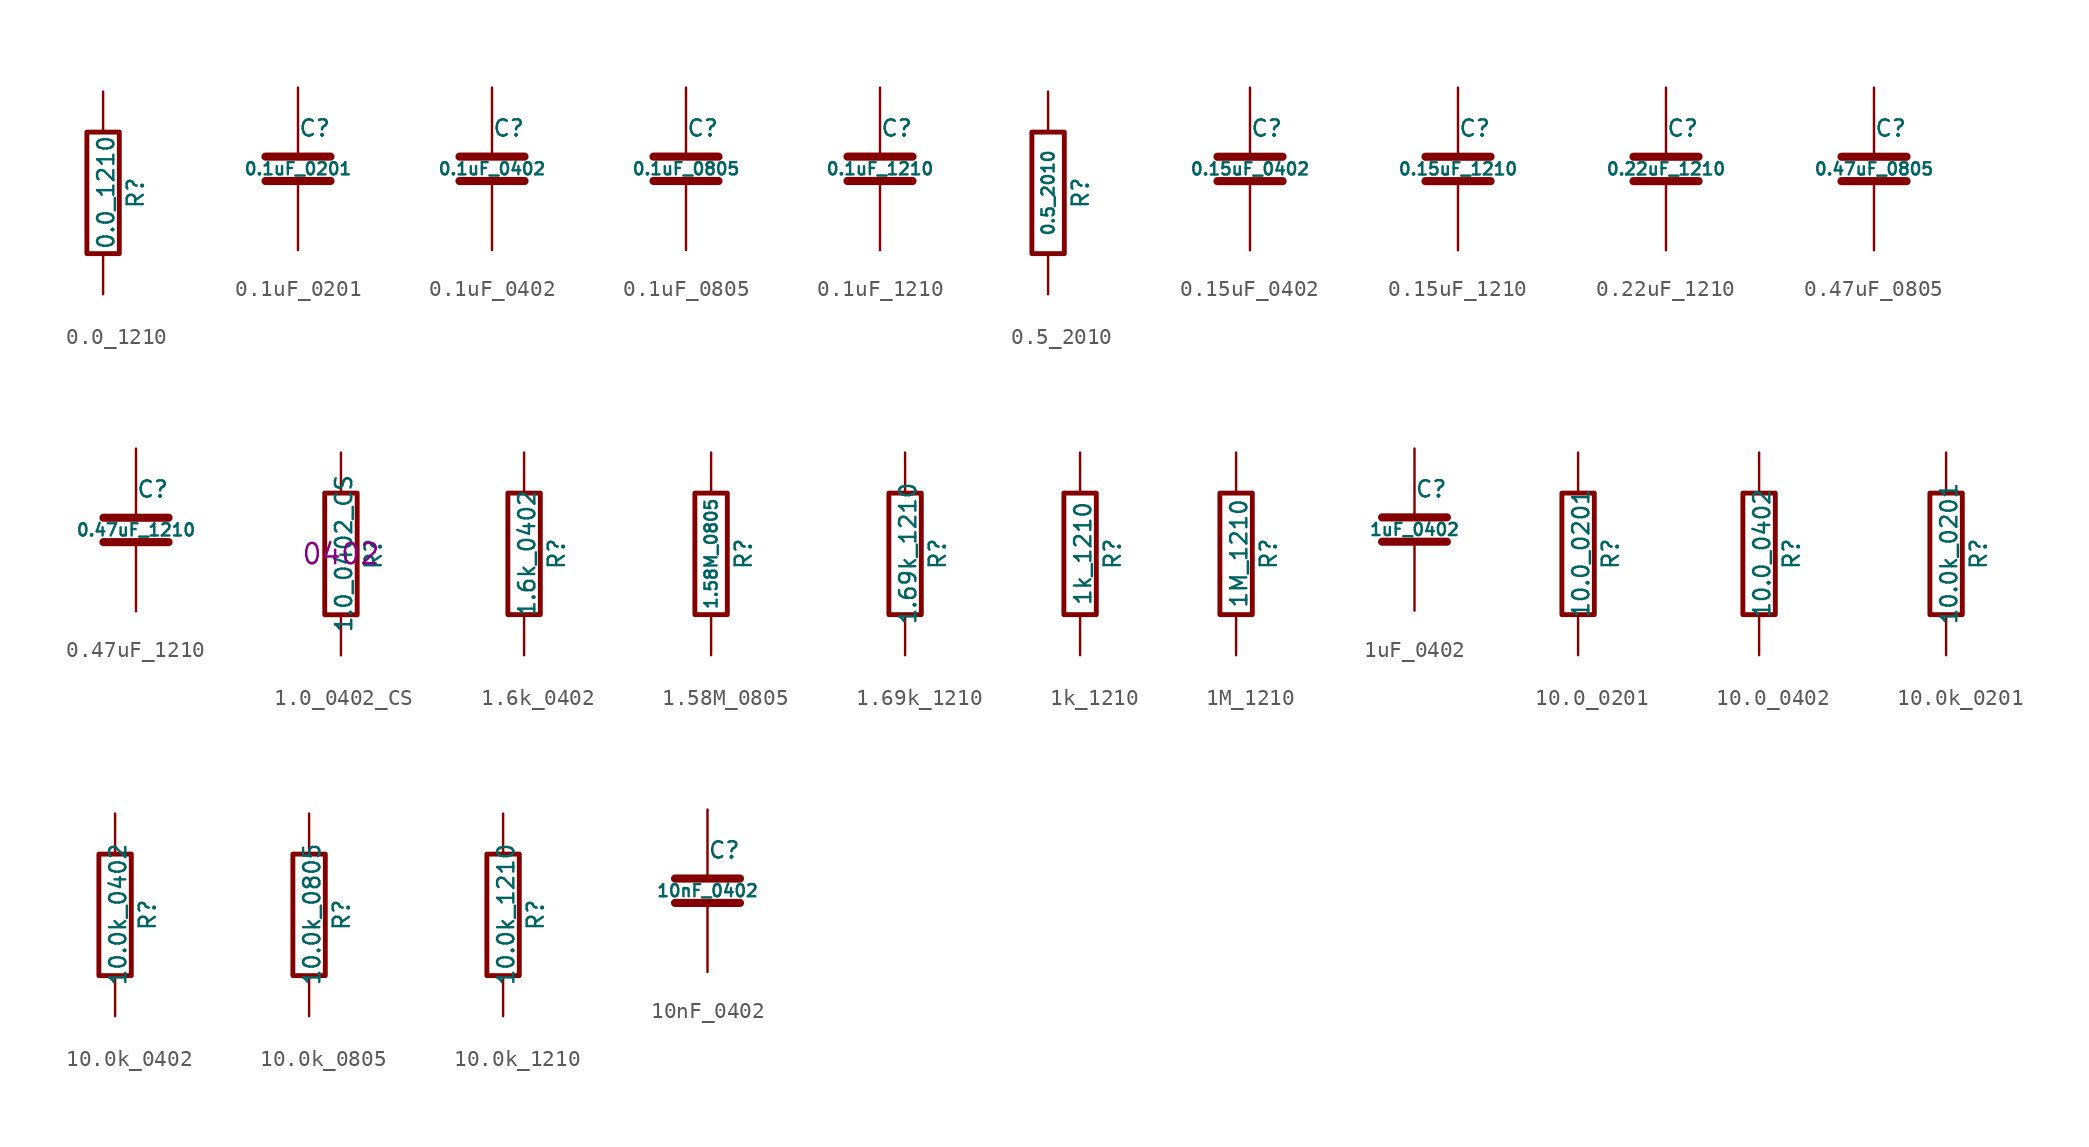
<source format=kicad_sym>
(kicad_symbol_lib
  (version 20211014)
  (generator kicad_symbol_editor)
  (symbol "0.0_1210"
    (pin_numbers hide)
    (pin_names
      (offset 0))
    (property "Reference" "R"
      (at 2.032 0 90)
      (effects (font (size 1.016 1.016))))
    (property "Value" "0.0_1210"
      (at 0.178 0.025 90)
      (effects (font (size 1.016 1.016))))
    (property "Datasheet" ""
      (at 0 0 0)
      (effects (font (size 0.762 0.762))))
    (symbol "0.0_1210_0_1"
      (rectangle (start -1.016 3.81) (end 1.016 -3.81) (stroke (width 0.305) (type default) (color 0 0 0 0)) (fill (type none))))
    (symbol "0.0_1210_1_1"
      (pin passive line (at 0 6.35 270) (length 2.54) (name "~" (effects (font (size 1.524 1.524)))) (number "1" (effects (font (size 1.524 1.524)))))
      (pin passive line (at 0 -6.35 90) (length 2.54) (name "~" (effects (font (size 1.524 1.524)))) (number "2" (effects (font (size 1.524 1.524)))))))
  (symbol "0.1uF_0201"
    (pin_numbers hide)
    (pin_names
      (offset 0.254))
    (property "Reference" "C"
      (at 0 2.54 0)
      (effects (font (size 1.016 1.016)) (justify left)))
    (property "Value" "0.1uF_0201"
      (at 0 0 0)
      (effects (font (size 0.762 0.762))))
    (symbol "0.1uF_0201_0_1"
      (polyline (pts (xy -2.032 -0.762) (xy 2.032 -0.762)) (stroke (width 0.508) (type default) (color 0 0 0 0)) (fill (type none)))
      (polyline (pts (xy -2.032 0.762) (xy 2.032 0.762)) (stroke (width 0.508) (type default) (color 0 0 0 0)) (fill (type none))))
    (symbol "0.1uF_0201_1_1"
      (pin passive line (at 0 5.08 270) (length 4.318) (name "~" (effects (font (size 1.016 1.016)))) (number "1" (effects (font (size 1.016 1.016)))))
      (pin passive line (at 0 -5.08 90) (length 4.318) (name "~" (effects (font (size 1.016 1.016)))) (number "2" (effects (font (size 1.016 1.016)))))))
  (symbol "0.1uF_0402"
    (pin_numbers hide)
    (pin_names
      (offset 0.254))
    (property "Reference" "C"
      (at 0 2.54 0)
      (effects (font (size 1.016 1.016)) (justify left)))
    (property "Value" "0.1uF_0402"
      (at 0 0 0)
      (effects (font (size 0.762 0.762))))
    (symbol "0.1uF_0402_0_1"
      (polyline (pts (xy -2.032 -0.762) (xy 2.032 -0.762)) (stroke (width 0.508) (type default) (color 0 0 0 0)) (fill (type none)))
      (polyline (pts (xy -2.032 0.762) (xy 2.032 0.762)) (stroke (width 0.508) (type default) (color 0 0 0 0)) (fill (type none))))
    (symbol "0.1uF_0402_1_1"
      (pin passive line (at 0 5.08 270) (length 4.318) (name "~" (effects (font (size 1.016 1.016)))) (number "1" (effects (font (size 1.016 1.016)))))
      (pin passive line (at 0 -5.08 90) (length 4.318) (name "~" (effects (font (size 1.016 1.016)))) (number "2" (effects (font (size 1.016 1.016)))))))
  (symbol "0.1uF_0805"
    (pin_numbers hide)
    (pin_names
      (offset 0.254))
    (property "Reference" "C"
      (at 0 2.54 0)
      (effects (font (size 1.016 1.016)) (justify left)))
    (property "Value" "0.1uF_0805"
      (at 0 0 0)
      (effects (font (size 0.762 0.762))))
    (symbol "0.1uF_0805_0_1"
      (polyline (pts (xy -2.032 -0.762) (xy 2.032 -0.762)) (stroke (width 0.508) (type default) (color 0 0 0 0)) (fill (type none)))
      (polyline (pts (xy -2.032 0.762) (xy 2.032 0.762)) (stroke (width 0.508) (type default) (color 0 0 0 0)) (fill (type none))))
    (symbol "0.1uF_0805_1_1"
      (pin passive line (at 0 5.08 270) (length 4.318) (name "~" (effects (font (size 1.016 1.016)))) (number "1" (effects (font (size 1.016 1.016)))))
      (pin passive line (at 0 -5.08 90) (length 4.318) (name "~" (effects (font (size 1.016 1.016)))) (number "2" (effects (font (size 1.016 1.016)))))))
  (symbol "0.1uF_1210"
    (pin_numbers hide)
    (pin_names
      (offset 0.254))
    (property "Reference" "C"
      (at 0 2.54 0)
      (effects (font (size 1.016 1.016)) (justify left)))
    (property "Value" "0.1uF_1210"
      (at 0 0 0)
      (effects (font (size 0.762 0.762))))
    (property "Datasheet" ""
      (at 0 0 0)
      (effects (font (size 1.524 1.524))))
    (symbol "0.1uF_1210_0_1"
      (polyline (pts (xy -2.032 -0.762) (xy 2.032 -0.762)) (stroke (width 0.508) (type default) (color 0 0 0 0)) (fill (type none)))
      (polyline (pts (xy -2.032 0.762) (xy 2.032 0.762)) (stroke (width 0.508) (type default) (color 0 0 0 0)) (fill (type none))))
    (symbol "0.1uF_1210_1_1"
      (pin passive line (at 0 5.08 270) (length 4.318) (name "~" (effects (font (size 1.016 1.016)))) (number "1" (effects (font (size 1.016 1.016)))))
      (pin passive line (at 0 -5.08 90) (length 4.318) (name "~" (effects (font (size 1.016 1.016)))) (number "2" (effects (font (size 1.016 1.016)))))))
  (symbol "0.5_2010"
    (pin_numbers hide)
    (pin_names
      (offset 0))
    (property "Reference" "R"
      (at 2.032 0 90)
      (effects (font (size 1.016 1.016))))
    (property "Value" "0.5_2010"
      (at 0 0 90)
      (effects (font (size 0.762 0.762))))
    (property "Datasheet" ""
      (at 2.032 0 90)
      (effects (font (size 0.762 0.762))))
    (symbol "0.5_2010_0_1"
      (rectangle (start -1.016 3.81) (end 1.016 -3.81) (stroke (width 0.305) (type default) (color 0 0 0 0)) (fill (type none))))
    (symbol "0.5_2010_1_1"
      (pin passive line (at 0 6.35 270) (length 2.54) (name "~" (effects (font (size 1.524 1.524)))) (number "1" (effects (font (size 1.524 1.524)))))
      (pin passive line (at 0 -6.35 90) (length 2.54) (name "~" (effects (font (size 1.524 1.524)))) (number "2" (effects (font (size 1.524 1.524)))))))
  (symbol "0.15uF_0402"
    (pin_numbers hide)
    (pin_names
      (offset 0.254))
    (property "Reference" "C"
      (at 0 2.54 0)
      (effects (font (size 1.016 1.016)) (justify left)))
    (property "Value" "0.15uF_0402"
      (at 0 0 0)
      (effects (font (size 0.762 0.762))))
    (property "Datasheet" ""
      (at 0 0 0)
      (effects (font (size 1.524 1.524))))
    (symbol "0.15uF_0402_0_1"
      (polyline (pts (xy -2.032 -0.762) (xy 2.032 -0.762)) (stroke (width 0.508) (type default) (color 0 0 0 0)) (fill (type none)))
      (polyline (pts (xy -2.032 0.762) (xy 2.032 0.762)) (stroke (width 0.508) (type default) (color 0 0 0 0)) (fill (type none))))
    (symbol "0.15uF_0402_1_1"
      (pin passive line (at 0 5.08 270) (length 4.318) (name "~" (effects (font (size 1.016 1.016)))) (number "1" (effects (font (size 1.016 1.016)))))
      (pin passive line (at 0 -5.08 90) (length 4.318) (name "~" (effects (font (size 1.016 1.016)))) (number "2" (effects (font (size 1.016 1.016)))))))
  (symbol "0.15uF_1210"
    (pin_numbers hide)
    (pin_names
      (offset 0.254))
    (property "Reference" "C"
      (at 0 2.54 0)
      (effects (font (size 1.016 1.016)) (justify left)))
    (property "Value" "0.15uF_1210"
      (at 0 0 0)
      (effects (font (size 0.762 0.762))))
    (property "Datasheet" ""
      (at 0 0 0)
      (effects (font (size 1.524 1.524))))
    (symbol "0.15uF_1210_0_1"
      (polyline (pts (xy -2.032 -0.762) (xy 2.032 -0.762)) (stroke (width 0.508) (type default) (color 0 0 0 0)) (fill (type none)))
      (polyline (pts (xy -2.032 0.762) (xy 2.032 0.762)) (stroke (width 0.508) (type default) (color 0 0 0 0)) (fill (type none))))
    (symbol "0.15uF_1210_1_1"
      (pin passive line (at 0 5.08 270) (length 4.318) (name "~" (effects (font (size 1.016 1.016)))) (number "1" (effects (font (size 1.016 1.016)))))
      (pin passive line (at 0 -5.08 90) (length 4.318) (name "~" (effects (font (size 1.016 1.016)))) (number "2" (effects (font (size 1.016 1.016)))))))
  (symbol "0.22uF_1210"
    (pin_numbers hide)
    (pin_names
      (offset 0.254))
    (property "Reference" "C"
      (at 0 2.54 0)
      (effects (font (size 1.016 1.016)) (justify left)))
    (property "Value" "0.22uF_1210"
      (at 0 0 0)
      (effects (font (size 0.762 0.762))))
    (property "Datasheet" ""
      (at 0 0 0)
      (effects (font (size 1.524 1.524))))
    (symbol "0.22uF_1210_0_1"
      (polyline (pts (xy -2.032 -0.762) (xy 2.032 -0.762)) (stroke (width 0.508) (type default) (color 0 0 0 0)) (fill (type none)))
      (polyline (pts (xy -2.032 0.762) (xy 2.032 0.762)) (stroke (width 0.508) (type default) (color 0 0 0 0)) (fill (type none))))
    (symbol "0.22uF_1210_1_1"
      (pin passive line (at 0 5.08 270) (length 4.318) (name "~" (effects (font (size 1.016 1.016)))) (number "1" (effects (font (size 1.016 1.016)))))
      (pin passive line (at 0 -5.08 90) (length 4.318) (name "~" (effects (font (size 1.016 1.016)))) (number "2" (effects (font (size 1.016 1.016)))))))
  (symbol "0.47uF_0805"
    (pin_numbers hide)
    (pin_names
      (offset 0.254))
    (property "Reference" "C"
      (at 0 2.54 0)
      (effects (font (size 1.016 1.016)) (justify left)))
    (property "Value" "0.47uF_0805"
      (at 0 0 0)
      (effects (font (size 0.762 0.762))))
    (property "Datasheet" ""
      (at 0 0 0)
      (effects (font (size 1.524 1.524))))
    (symbol "0.47uF_0805_0_1"
      (polyline (pts (xy -2.032 -0.762) (xy 2.032 -0.762)) (stroke (width 0.508) (type default) (color 0 0 0 0)) (fill (type none)))
      (polyline (pts (xy -2.032 0.762) (xy 2.032 0.762)) (stroke (width 0.508) (type default) (color 0 0 0 0)) (fill (type none))))
    (symbol "0.47uF_0805_1_1"
      (pin passive line (at 0 5.08 270) (length 4.318) (name "~" (effects (font (size 1.016 1.016)))) (number "1" (effects (font (size 1.016 1.016)))))
      (pin passive line (at 0 -5.08 90) (length 4.318) (name "~" (effects (font (size 1.016 1.016)))) (number "2" (effects (font (size 1.016 1.016)))))))
  (symbol "0.47uF_1210"
    (pin_numbers hide)
    (pin_names
      (offset 0.254))
    (property "Reference" "C"
      (at 0 2.54 0)
      (effects (font (size 1.016 1.016)) (justify left)))
    (property "Value" "0.47uF_1210"
      (at 0 0 0)
      (effects (font (size 0.762 0.762))))
    (property "Datasheet" ""
      (at 0 0 0)
      (effects (font (size 1.524 1.524))))
    (symbol "0.47uF_1210_0_1"
      (polyline (pts (xy -2.032 -0.762) (xy 2.032 -0.762)) (stroke (width 0.508) (type default) (color 0 0 0 0)) (fill (type none)))
      (polyline (pts (xy -2.032 0.762) (xy 2.032 0.762)) (stroke (width 0.508) (type default) (color 0 0 0 0)) (fill (type none))))
    (symbol "0.47uF_1210_1_1"
      (pin passive line (at 0 5.08 270) (length 4.318) (name "~" (effects (font (size 1.016 1.016)))) (number "1" (effects (font (size 1.016 1.016)))))
      (pin passive line (at 0 -5.08 90) (length 4.318) (name "~" (effects (font (size 1.016 1.016)))) (number "2" (effects (font (size 1.016 1.016)))))))
  (symbol "1.0_0402_CS"
    (pin_numbers hide)
    (pin_names
      (offset 0))
    (property "Reference" "R"
      (at 2.032 0 90)
      (effects (font (size 1.016 1.016))))
    (property "Value" "1.0_0402_CS"
      (at 0.178 0.025 90)
      (effects (font (size 1.016 1.016))))
    (property "Datasheet" ""
      (at 0 0 0)
      (effects (font (size 0.762 0.762))))
    (property "Package" "0402"
      (at 0 0 0)
      (effects (font (size 1.27 1.27))))
    (symbol "1.0_0402_CS_0_1"
      (rectangle (start -1.016 3.81) (end 1.016 -3.81) (stroke (width 0.305) (type default) (color 0 0 0 0)) (fill (type none))))
    (symbol "1.0_0402_CS_1_1"
      (pin passive line (at 0 6.35 270) (length 2.54) (name "~" (effects (font (size 1.524 1.524)))) (number "1" (effects (font (size 1.524 1.524)))))
      (pin passive line (at 0 -6.35 90) (length 2.54) (name "~" (effects (font (size 1.524 1.524)))) (number "2" (effects (font (size 1.524 1.524)))))))
  (symbol "1.6k_0402"
    (pin_numbers hide)
    (pin_names
      (offset 0))
    (property "Reference" "R"
      (at 2.032 0 90)
      (effects (font (size 1.016 1.016))))
    (property "Value" "1.6k_0402"
      (at 0.178 0.025 90)
      (effects (font (size 1.016 1.016))))
    (property "Datasheet" ""
      (at 0 0 0)
      (effects (font (size 0.762 0.762))))
    (symbol "1.6k_0402_0_1"
      (rectangle (start -1.016 3.81) (end 1.016 -3.81) (stroke (width 0.305) (type default) (color 0 0 0 0)) (fill (type none))))
    (symbol "1.6k_0402_1_1"
      (pin passive line (at 0 6.35 270) (length 2.54) (name "~" (effects (font (size 1.524 1.524)))) (number "1" (effects (font (size 1.524 1.524)))))
      (pin passive line (at 0 -6.35 90) (length 2.54) (name "~" (effects (font (size 1.524 1.524)))) (number "2" (effects (font (size 1.524 1.524)))))))
  (symbol "1.58M_0805"
    (pin_numbers hide)
    (pin_names
      (offset 0))
    (property "Reference" "R"
      (at 2.032 0 90)
      (effects (font (size 1.016 1.016))))
    (property "Value" "1.58M_0805"
      (at 0 0 90)
      (effects (font (size 0.762 0.762))))
    (property "Datasheet" ""
      (at 2.032 0 90)
      (effects (font (size 0.762 0.762))))
    (symbol "1.58M_0805_0_1"
      (rectangle (start -1.016 3.81) (end 1.016 -3.81) (stroke (width 0.305) (type default) (color 0 0 0 0)) (fill (type none))))
    (symbol "1.58M_0805_1_1"
      (pin passive line (at 0 6.35 270) (length 2.54) (name "~" (effects (font (size 1.524 1.524)))) (number "1" (effects (font (size 1.524 1.524)))))
      (pin passive line (at 0 -6.35 90) (length 2.54) (name "~" (effects (font (size 1.524 1.524)))) (number "2" (effects (font (size 1.524 1.524)))))))
  (symbol "1.69k_1210"
    (pin_numbers hide)
    (pin_names
      (offset 0))
    (property "Reference" "R"
      (at 2.032 0 90)
      (effects (font (size 1.016 1.016))))
    (property "Value" "1.69k_1210"
      (at 0.178 0.025 90)
      (effects (font (size 1.016 1.016))))
    (property "Datasheet" ""
      (at 0 0 0)
      (effects (font (size 0.762 0.762))))
    (symbol "1.69k_1210_0_1"
      (rectangle (start -1.016 3.81) (end 1.016 -3.81) (stroke (width 0.305) (type default) (color 0 0 0 0)) (fill (type none))))
    (symbol "1.69k_1210_1_1"
      (pin passive line (at 0 6.35 270) (length 2.54) (name "~" (effects (font (size 1.524 1.524)))) (number "1" (effects (font (size 1.524 1.524)))))
      (pin passive line (at 0 -6.35 90) (length 2.54) (name "~" (effects (font (size 1.524 1.524)))) (number "2" (effects (font (size 1.524 1.524)))))))
  (symbol "1k_1210"
    (pin_numbers hide)
    (pin_names
      (offset 0))
    (property "Reference" "R"
      (at 2.032 0 90)
      (effects (font (size 1.016 1.016))))
    (property "Value" "1k_1210"
      (at 0.178 0.025 90)
      (effects (font (size 1.016 1.016))))
    (property "Datasheet" ""
      (at 0 0 0)
      (effects (font (size 0.762 0.762))))
    (symbol "1k_1210_0_1"
      (rectangle (start -1.016 3.81) (end 1.016 -3.81) (stroke (width 0.305) (type default) (color 0 0 0 0)) (fill (type none))))
    (symbol "1k_1210_1_1"
      (pin passive line (at 0 6.35 270) (length 2.54) (name "~" (effects (font (size 1.524 1.524)))) (number "1" (effects (font (size 1.524 1.524)))))
      (pin passive line (at 0 -6.35 90) (length 2.54) (name "~" (effects (font (size 1.524 1.524)))) (number "2" (effects (font (size 1.524 1.524)))))))
  (symbol "1M_1210"
    (pin_numbers hide)
    (pin_names
      (offset 0))
    (property "Reference" "R"
      (at 2.032 0 90)
      (effects (font (size 1.016 1.016))))
    (property "Value" "1M_1210"
      (at 0.178 0.025 90)
      (effects (font (size 1.016 1.016))))
    (property "Datasheet" ""
      (at 0 0 0)
      (effects (font (size 0.762 0.762))))
    (symbol "1M_1210_0_1"
      (rectangle (start -1.016 3.81) (end 1.016 -3.81) (stroke (width 0.305) (type default) (color 0 0 0 0)) (fill (type none))))
    (symbol "1M_1210_1_1"
      (pin passive line (at 0 6.35 270) (length 2.54) (name "~" (effects (font (size 1.524 1.524)))) (number "1" (effects (font (size 1.524 1.524)))))
      (pin passive line (at 0 -6.35 90) (length 2.54) (name "~" (effects (font (size 1.524 1.524)))) (number "2" (effects (font (size 1.524 1.524)))))))
  (symbol "1uF_0402"
    (pin_numbers hide)
    (pin_names
      (offset 0.254))
    (property "Reference" "C"
      (at 0 2.54 0)
      (effects (font (size 1.016 1.016)) (justify left)))
    (property "Value" "1uF_0402"
      (at 0 0 0)
      (effects (font (size 0.762 0.762))))
    (symbol "1uF_0402_0_1"
      (polyline (pts (xy -2.032 -0.762) (xy 2.032 -0.762)) (stroke (width 0.508) (type default) (color 0 0 0 0)) (fill (type none)))
      (polyline (pts (xy -2.032 0.762) (xy 2.032 0.762)) (stroke (width 0.508) (type default) (color 0 0 0 0)) (fill (type none))))
    (symbol "1uF_0402_1_1"
      (pin passive line (at 0 5.08 270) (length 4.318) (name "~" (effects (font (size 1.016 1.016)))) (number "1" (effects (font (size 1.016 1.016)))))
      (pin passive line (at 0 -5.08 90) (length 4.318) (name "~" (effects (font (size 1.016 1.016)))) (number "2" (effects (font (size 1.016 1.016)))))))
  (symbol "10.0_0201"
    (pin_numbers hide)
    (pin_names
      (offset 0))
    (property "Reference" "R"
      (at 2.032 0 90)
      (effects (font (size 1.016 1.016))))
    (property "Value" "10.0_0201"
      (at 0.178 0.025 90)
      (effects (font (size 1.016 1.016))))
    (property "Datasheet" ""
      (at 0 0 0)
      (effects (font (size 0.762 0.762))))
    (symbol "10.0_0201_0_1"
      (rectangle (start -1.016 3.81) (end 1.016 -3.81) (stroke (width 0.305) (type default) (color 0 0 0 0)) (fill (type none))))
    (symbol "10.0_0201_1_1"
      (pin passive line (at 0 6.35 270) (length 2.54) (name "~" (effects (font (size 1.524 1.524)))) (number "1" (effects (font (size 1.524 1.524)))))
      (pin passive line (at 0 -6.35 90) (length 2.54) (name "~" (effects (font (size 1.524 1.524)))) (number "2" (effects (font (size 1.524 1.524)))))))
  (symbol "10.0_0402"
    (pin_numbers hide)
    (pin_names
      (offset 0))
    (property "Reference" "R"
      (at 2.032 0 90)
      (effects (font (size 1.016 1.016))))
    (property "Value" "10.0_0402"
      (at 0.178 0.025 90)
      (effects (font (size 1.016 1.016))))
    (property "Datasheet" ""
      (at 0 0 0)
      (effects (font (size 0.762 0.762))))
    (symbol "10.0_0402_0_1"
      (rectangle (start -1.016 3.81) (end 1.016 -3.81) (stroke (width 0.305) (type default) (color 0 0 0 0)) (fill (type none))))
    (symbol "10.0_0402_1_1"
      (pin passive line (at 0 6.35 270) (length 2.54) (name "~" (effects (font (size 1.524 1.524)))) (number "1" (effects (font (size 1.524 1.524)))))
      (pin passive line (at 0 -6.35 90) (length 2.54) (name "~" (effects (font (size 1.524 1.524)))) (number "2" (effects (font (size 1.524 1.524)))))))
  (symbol "10.0k_0201"
    (pin_numbers hide)
    (pin_names
      (offset 0))
    (property "Reference" "R"
      (at 2.032 0 90)
      (effects (font (size 1.016 1.016))))
    (property "Value" "10.0k_0201"
      (at 0.178 0.025 90)
      (effects (font (size 1.016 1.016))))
    (property "Datasheet" ""
      (at 0 0 0)
      (effects (font (size 0.762 0.762))))
    (symbol "10.0k_0201_0_1"
      (rectangle (start -1.016 3.81) (end 1.016 -3.81) (stroke (width 0.305) (type default) (color 0 0 0 0)) (fill (type none))))
    (symbol "10.0k_0201_1_1"
      (pin passive line (at 0 6.35 270) (length 2.54) (name "~" (effects (font (size 1.524 1.524)))) (number "1" (effects (font (size 1.524 1.524)))))
      (pin passive line (at 0 -6.35 90) (length 2.54) (name "~" (effects (font (size 1.524 1.524)))) (number "2" (effects (font (size 1.524 1.524)))))))
  (symbol "10.0k_0402"
    (pin_numbers hide)
    (pin_names
      (offset 0))
    (property "Reference" "R"
      (at 2.032 0 90)
      (effects (font (size 1.016 1.016))))
    (property "Value" "10.0k_0402"
      (at 0.178 0.025 90)
      (effects (font (size 1.016 1.016))))
    (property "Datasheet" ""
      (at 0 0 0)
      (effects (font (size 0.762 0.762))))
    (symbol "10.0k_0402_0_1"
      (rectangle (start -1.016 3.81) (end 1.016 -3.81) (stroke (width 0.305) (type default) (color 0 0 0 0)) (fill (type none))))
    (symbol "10.0k_0402_1_1"
      (pin passive line (at 0 6.35 270) (length 2.54) (name "~" (effects (font (size 1.524 1.524)))) (number "1" (effects (font (size 1.524 1.524)))))
      (pin passive line (at 0 -6.35 90) (length 2.54) (name "~" (effects (font (size 1.524 1.524)))) (number "2" (effects (font (size 1.524 1.524)))))))
  (symbol "10.0k_0805"
    (pin_numbers hide)
    (pin_names
      (offset 0))
    (property "Reference" "R"
      (at 2.032 0 90)
      (effects (font (size 1.016 1.016))))
    (property "Value" "10.0k_0805"
      (at 0.178 0.025 90)
      (effects (font (size 1.016 1.016))))
    (property "Datasheet" ""
      (at 0 0 0)
      (effects (font (size 0.762 0.762))))
    (symbol "10.0k_0805_0_1"
      (rectangle (start -1.016 3.81) (end 1.016 -3.81) (stroke (width 0.305) (type default) (color 0 0 0 0)) (fill (type none))))
    (symbol "10.0k_0805_1_1"
      (pin passive line (at 0 6.35 270) (length 2.54) (name "~" (effects (font (size 1.524 1.524)))) (number "1" (effects (font (size 1.524 1.524)))))
      (pin passive line (at 0 -6.35 90) (length 2.54) (name "~" (effects (font (size 1.524 1.524)))) (number "2" (effects (font (size 1.524 1.524)))))))
  (symbol "10.0k_1210"
    (pin_numbers hide)
    (pin_names
      (offset 0))
    (property "Reference" "R"
      (at 2.032 0 90)
      (effects (font (size 1.016 1.016))))
    (property "Value" "10.0k_1210"
      (at 0.178 0.025 90)
      (effects (font (size 1.016 1.016))))
    (property "Datasheet" ""
      (at 0 0 0)
      (effects (font (size 0.762 0.762))))
    (symbol "10.0k_1210_0_1"
      (rectangle (start -1.016 3.81) (end 1.016 -3.81) (stroke (width 0.305) (type default) (color 0 0 0 0)) (fill (type none))))
    (symbol "10.0k_1210_1_1"
      (pin passive line (at 0 6.35 270) (length 2.54) (name "~" (effects (font (size 1.524 1.524)))) (number "1" (effects (font (size 1.524 1.524)))))
      (pin passive line (at 0 -6.35 90) (length 2.54) (name "~" (effects (font (size 1.524 1.524)))) (number "2" (effects (font (size 1.524 1.524)))))))
  (symbol "10nF_0402"
    (pin_numbers hide)
    (pin_names
      (offset 0.254))
    (property "Reference" "C"
      (at 0 2.54 0)
      (effects (font (size 1.016 1.016)) (justify left)))
    (property "Value" "10nF_0402"
      (at 0 0 0)
      (effects (font (size 0.762 0.762))))
    (symbol "10nF_0402_0_1"
      (polyline (pts (xy -2.032 -0.762) (xy 2.032 -0.762)) (stroke (width 0.508) (type default) (color 0 0 0 0)) (fill (type none)))
      (polyline (pts (xy -2.032 0.762) (xy 2.032 0.762)) (stroke (width 0.508) (type default) (color 0 0 0 0)) (fill (type none))))
    (symbol "10nF_0402_1_1"
      (pin passive line (at 0 5.08 270) (length 4.318) (name "~" (effects (font (size 1.016 1.016)))) (number "1" (effects (font (size 1.016 1.016)))))
      (pin passive line (at 0 -5.08 90) (length 4.318) (name "~" (effects (font (size 1.016 1.016)))) (number "2" (effects (font (size 1.016 1.016))))))))
</source>
